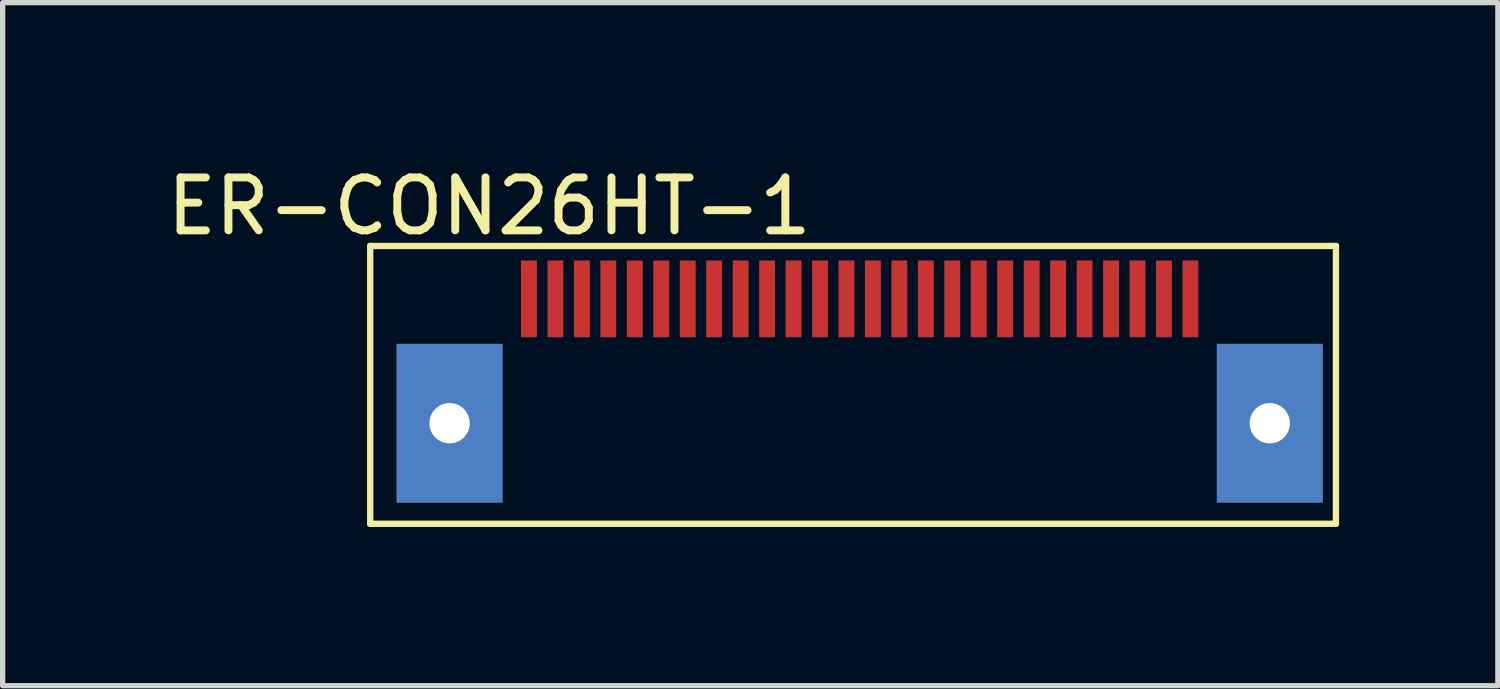
<source format=kicad_pcb>
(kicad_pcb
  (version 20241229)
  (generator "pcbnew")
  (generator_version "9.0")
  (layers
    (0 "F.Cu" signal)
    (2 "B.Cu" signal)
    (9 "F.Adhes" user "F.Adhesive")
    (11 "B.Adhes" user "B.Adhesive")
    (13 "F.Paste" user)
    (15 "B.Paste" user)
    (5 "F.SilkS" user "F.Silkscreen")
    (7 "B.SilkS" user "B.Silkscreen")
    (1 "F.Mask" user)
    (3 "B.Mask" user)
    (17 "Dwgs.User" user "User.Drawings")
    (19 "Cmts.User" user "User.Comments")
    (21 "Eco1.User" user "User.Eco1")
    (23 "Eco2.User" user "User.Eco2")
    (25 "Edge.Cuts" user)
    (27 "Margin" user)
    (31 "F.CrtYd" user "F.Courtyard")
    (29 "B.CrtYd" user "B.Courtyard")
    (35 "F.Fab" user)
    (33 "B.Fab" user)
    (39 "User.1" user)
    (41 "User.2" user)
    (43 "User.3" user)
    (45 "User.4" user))
  (footprint "ER-CON26HT-1"
    (layer "F.Cu")
    (at 12.946 0.348)
    (property "Reference" "ER-CON26HT-1" (at -6.75 0.5 0) (layer "F.SilkS") (effects (font (size 1 1) (thickness 0.15))))
    (attr through_hole)
    (fp_line (start -9 1.25) (end -9 6.5) (stroke (width 0.12) (type solid)) (layer "F.SilkS"))
    (fp_line (start -9 6.5) (end 9.25 6.5) (stroke (width 0.12) (type solid)) (layer "F.SilkS"))
    (fp_line (start 9.25 1.25) (end -9 1.25) (stroke (width 0.12) (type solid)) (layer "F.SilkS"))
    (fp_line (start 9.25 6.5) (end 9.25 1.25) (stroke (width 0.12) (type solid)) (layer "F.SilkS"))
    (pad "" np_thru_hole rect (at -7.5 4.6) (size 2 3) (drill 0.762) (layers "*.Cu" "*.Mask"))
    (pad "" np_thru_hole rect (at 8 4.6) (size 2 3) (drill 0.762) (layers "*.Cu" "*.Mask"))
    (pad "1" smd rect (at -6 2.25) (size 0.3 1.45) (layers "F.Cu" "F.Mask" "F.Paste"))
    (pad "2" smd rect (at -5.5 2.25) (size 0.3 1.45) (layers "F.Cu" "F.Mask" "F.Paste"))
    (pad "3" smd rect (at -5 2.25) (size 0.3 1.45) (layers "F.Cu" "F.Mask" "F.Paste"))
    (pad "4" smd rect (at -4.5 2.25) (size 0.3 1.45) (layers "F.Cu" "F.Mask" "F.Paste"))
    (pad "5" smd rect (at -4 2.25) (size 0.3 1.45) (layers "F.Cu" "F.Mask" "F.Paste"))
    (pad "6" smd rect (at -3.5 2.25) (size 0.3 1.45) (layers "F.Cu" "F.Mask" "F.Paste"))
    (pad "7" smd rect (at -3 2.25) (size 0.3 1.45) (layers "F.Cu" "F.Mask" "F.Paste"))
    (pad "8" smd rect (at -2.5 2.25) (size 0.3 1.45) (layers "F.Cu" "F.Mask" "F.Paste"))
    (pad "9" smd rect (at -2 2.25) (size 0.3 1.45) (layers "F.Cu" "F.Mask" "F.Paste"))
    (pad "10" smd rect (at -1.5 2.25) (size 0.3 1.45) (layers "F.Cu" "F.Mask" "F.Paste"))
    (pad "11" smd rect (at -1 2.25) (size 0.3 1.45) (layers "F.Cu" "F.Mask" "F.Paste"))
    (pad "12" smd rect (at -0.5 2.25) (size 0.3 1.45) (layers "F.Cu" "F.Mask" "F.Paste"))
    (pad "13" smd rect (at 0 2.25) (size 0.3 1.45) (layers "F.Cu" "F.Mask" "F.Paste"))
    (pad "14" smd rect (at 0.5 2.25) (size 0.3 1.45) (layers "F.Cu" "F.Mask" "F.Paste"))
    (pad "15" smd rect (at 1.5 2.25) (size 0.3 1.45) (layers "F.Cu" "F.Mask" "F.Paste"))
    (pad "16" smd rect (at 1 2.25) (size 0.3 1.45) (layers "F.Cu" "F.Mask" "F.Paste"))
    (pad "17" smd rect (at 2 2.25) (size 0.3 1.45) (layers "F.Cu" "F.Mask" "F.Paste"))
    (pad "18" smd rect (at 2.5 2.25) (size 0.3 1.45) (layers "F.Cu" "F.Mask" "F.Paste"))
    (pad "19" smd rect (at 3 2.25) (size 0.3 1.45) (layers "F.Cu" "F.Mask" "F.Paste"))
    (pad "20" smd rect (at 3.5 2.25) (size 0.3 1.45) (layers "F.Cu" "F.Mask" "F.Paste"))
    (pad "21" smd rect (at 4 2.25) (size 0.3 1.45) (layers "F.Cu" "F.Mask" "F.Paste"))
    (pad "22" smd rect (at 4.5 2.25) (size 0.3 1.45) (layers "F.Cu" "F.Mask" "F.Paste"))
    (pad "23" smd rect (at 5 2.25) (size 0.3 1.45) (layers "F.Cu" "F.Mask" "F.Paste"))
    (pad "24" smd rect (at 5.5 2.25) (size 0.3 1.45) (layers "F.Cu" "F.Mask" "F.Paste"))
    (pad "25" smd rect (at 6 2.25) (size 0.3 1.45) (layers "F.Cu" "F.Mask" "F.Paste"))
    (pad "26" smd rect (at 6.5 2.25) (size 0.3 1.45) (layers "F.Cu" "F.Mask" "F.Paste")))
  (gr_rect
    (start -3 -3)
    (end 25.256 9.908)
    (stroke (width 0.1) (type default))
    (fill no)
    (layer "Edge.Cuts")))
</source>
